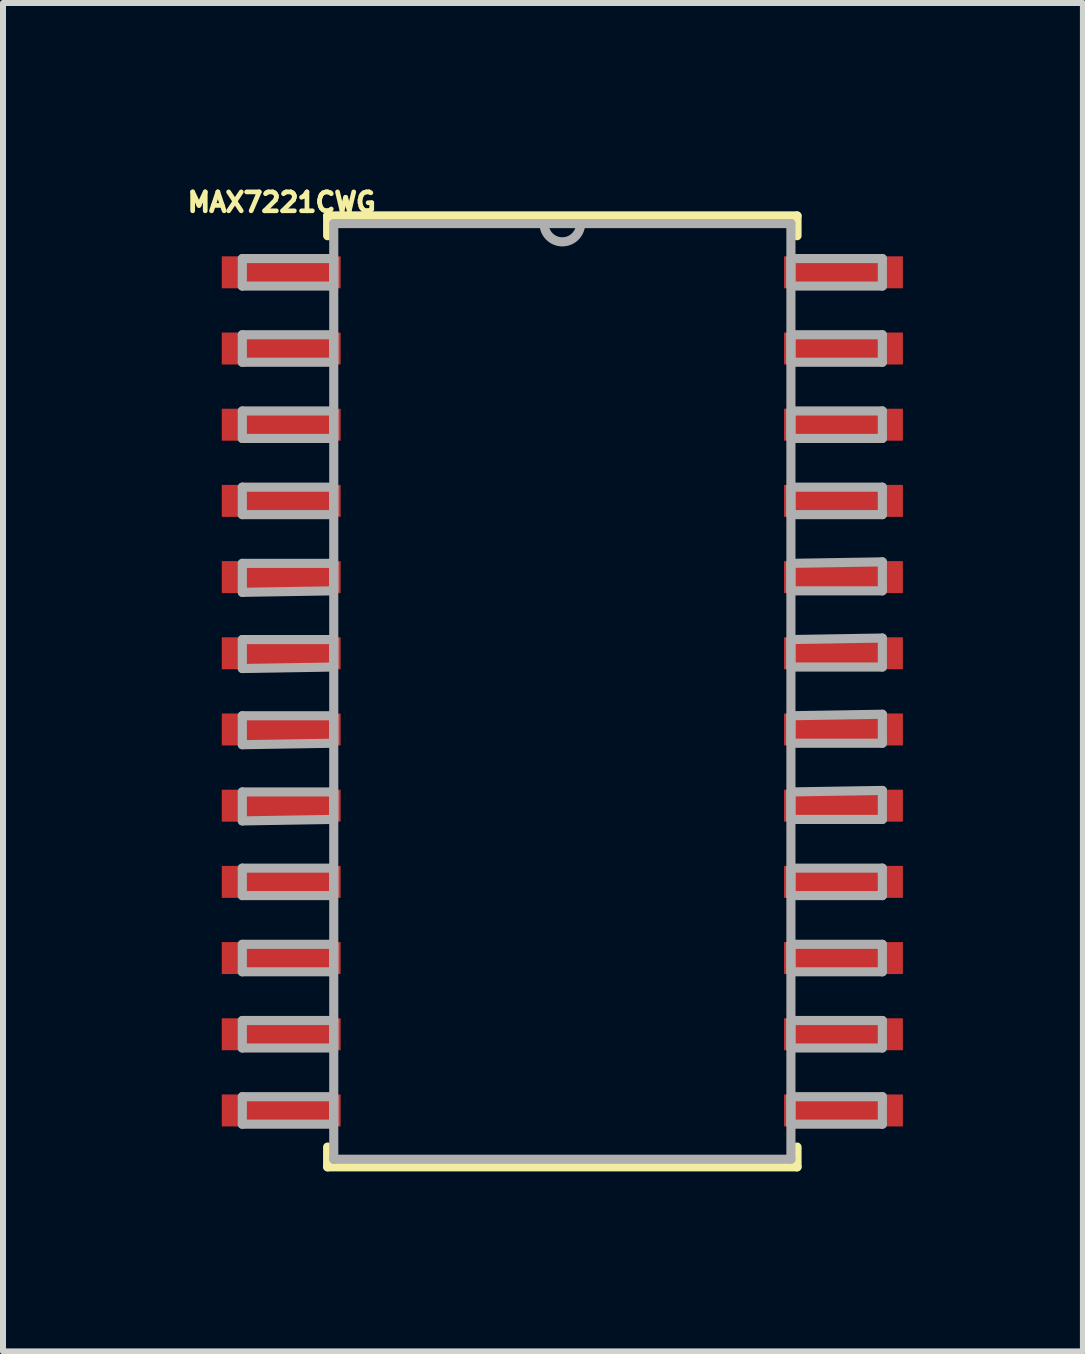
<source format=kicad_pcb>
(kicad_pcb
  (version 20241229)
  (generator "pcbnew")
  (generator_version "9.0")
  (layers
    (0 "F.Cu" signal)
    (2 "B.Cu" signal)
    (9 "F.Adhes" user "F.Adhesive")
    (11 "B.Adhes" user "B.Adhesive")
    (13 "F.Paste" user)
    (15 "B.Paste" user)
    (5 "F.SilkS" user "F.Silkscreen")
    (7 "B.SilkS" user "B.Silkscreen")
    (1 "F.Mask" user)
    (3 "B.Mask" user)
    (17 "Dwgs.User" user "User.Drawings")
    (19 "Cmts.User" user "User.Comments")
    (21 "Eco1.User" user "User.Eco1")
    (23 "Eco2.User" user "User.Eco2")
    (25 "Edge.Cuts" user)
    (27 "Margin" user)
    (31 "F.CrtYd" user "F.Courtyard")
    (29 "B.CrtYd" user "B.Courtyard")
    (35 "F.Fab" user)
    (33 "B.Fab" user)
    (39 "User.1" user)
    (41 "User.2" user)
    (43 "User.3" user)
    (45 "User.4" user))
  (footprint "MAX7221CWG"
    (layer "F.Cu")
    (at 6.323 8.474)
    (property "Reference" "MAX7221CWG" (at -4.677 -8.152 0) (layer "F.SilkS") (effects (font (size 0.315 0.315) (thickness 0.15))))
    (attr smd)
    (fp_line (start -3.912 -7.925) (end -3.912 -7.595) (stroke (width 0.152) (type solid)) (layer "F.SilkS"))
    (fp_line (start -3.912 7.595) (end -3.912 7.925) (stroke (width 0.152) (type solid)) (layer "F.SilkS"))
    (fp_line (start -3.912 7.925) (end 3.912 7.925) (stroke (width 0.152) (type solid)) (layer "F.SilkS"))
    (fp_line (start 3.912 -7.925) (end -3.912 -7.925) (stroke (width 0.152) (type solid)) (layer "F.SilkS"))
    (fp_line (start 3.912 -7.595) (end 3.912 -7.925) (stroke (width 0.152) (type solid)) (layer "F.SilkS"))
    (fp_line (start 3.912 7.925) (end 3.912 7.595) (stroke (width 0.152) (type solid)) (layer "F.SilkS"))
    (fp_line (start -5.334 -7.214) (end -5.334 -6.756) (stroke (width 0.152) (type solid)) (layer "F.Fab"))
    (fp_line (start -5.334 -6.756) (end -3.81 -6.756) (stroke (width 0.152) (type solid)) (layer "F.Fab"))
    (fp_line (start -5.334 -5.944) (end -5.334 -5.486) (stroke (width 0.152) (type solid)) (layer "F.Fab"))
    (fp_line (start -5.334 -5.486) (end -3.81 -5.486) (stroke (width 0.152) (type solid)) (layer "F.Fab"))
    (fp_line (start -5.334 -4.674) (end -5.334 -4.216) (stroke (width 0.152) (type solid)) (layer "F.Fab"))
    (fp_line (start -5.334 -4.216) (end -3.81 -4.216) (stroke (width 0.152) (type solid)) (layer "F.Fab"))
    (fp_line (start -5.334 -3.404) (end -5.334 -2.946) (stroke (width 0.152) (type solid)) (layer "F.Fab"))
    (fp_line (start -5.334 -2.946) (end -3.81 -2.946) (stroke (width 0.152) (type solid)) (layer "F.Fab"))
    (fp_line (start -5.334 -2.134) (end -5.334 -1.651) (stroke (width 0.152) (type solid)) (layer "F.Fab"))
    (fp_line (start -5.334 -1.651) (end -3.81 -1.676) (stroke (width 0.152) (type solid)) (layer "F.Fab"))
    (fp_line (start -5.334 -0.864) (end -5.334 -0.381) (stroke (width 0.152) (type solid)) (layer "F.Fab"))
    (fp_line (start -5.334 -0.381) (end -3.81 -0.406) (stroke (width 0.152) (type solid)) (layer "F.Fab"))
    (fp_line (start -5.334 0.406) (end -5.334 0.889) (stroke (width 0.152) (type solid)) (layer "F.Fab"))
    (fp_line (start -5.334 0.889) (end -3.81 0.864) (stroke (width 0.152) (type solid)) (layer "F.Fab"))
    (fp_line (start -5.334 1.676) (end -5.334 2.159) (stroke (width 0.152) (type solid)) (layer "F.Fab"))
    (fp_line (start -5.334 2.159) (end -3.81 2.134) (stroke (width 0.152) (type solid)) (layer "F.Fab"))
    (fp_line (start -5.334 2.946) (end -5.334 3.404) (stroke (width 0.152) (type solid)) (layer "F.Fab"))
    (fp_line (start -5.334 3.404) (end -3.81 3.404) (stroke (width 0.152) (type solid)) (layer "F.Fab"))
    (fp_line (start -5.334 4.216) (end -5.334 4.674) (stroke (width 0.152) (type solid)) (layer "F.Fab"))
    (fp_line (start -5.334 4.674) (end -3.81 4.674) (stroke (width 0.152) (type solid)) (layer "F.Fab"))
    (fp_line (start -5.334 5.486) (end -5.334 5.944) (stroke (width 0.152) (type solid)) (layer "F.Fab"))
    (fp_line (start -5.334 5.944) (end -3.81 5.944) (stroke (width 0.152) (type solid)) (layer "F.Fab"))
    (fp_line (start -5.334 6.756) (end -5.334 7.214) (stroke (width 0.152) (type solid)) (layer "F.Fab"))
    (fp_line (start -5.334 7.214) (end -3.81 7.214) (stroke (width 0.152) (type solid)) (layer "F.Fab"))
    (fp_line (start -3.81 -7.798) (end -3.81 7.798) (stroke (width 0.152) (type solid)) (layer "F.Fab"))
    (fp_line (start -3.81 -7.214) (end -5.334 -7.214) (stroke (width 0.152) (type solid)) (layer "F.Fab"))
    (fp_line (start -3.81 -6.756) (end -3.81 -7.214) (stroke (width 0.152) (type solid)) (layer "F.Fab"))
    (fp_line (start -3.81 -5.944) (end -5.334 -5.944) (stroke (width 0.152) (type solid)) (layer "F.Fab"))
    (fp_line (start -3.81 -5.486) (end -3.81 -5.944) (stroke (width 0.152) (type solid)) (layer "F.Fab"))
    (fp_line (start -3.81 -4.674) (end -5.334 -4.674) (stroke (width 0.152) (type solid)) (layer "F.Fab"))
    (fp_line (start -3.81 -4.216) (end -3.81 -4.674) (stroke (width 0.152) (type solid)) (layer "F.Fab"))
    (fp_line (start -3.81 -3.404) (end -5.334 -3.404) (stroke (width 0.152) (type solid)) (layer "F.Fab"))
    (fp_line (start -3.81 -2.946) (end -3.81 -3.404) (stroke (width 0.152) (type solid)) (layer "F.Fab"))
    (fp_line (start -3.81 -2.134) (end -5.334 -2.134) (stroke (width 0.152) (type solid)) (layer "F.Fab"))
    (fp_line (start -3.81 -1.676) (end -3.81 -2.134) (stroke (width 0.152) (type solid)) (layer "F.Fab"))
    (fp_line (start -3.81 -0.864) (end -5.334 -0.864) (stroke (width 0.152) (type solid)) (layer "F.Fab"))
    (fp_line (start -3.81 -0.406) (end -3.81 -0.864) (stroke (width 0.152) (type solid)) (layer "F.Fab"))
    (fp_line (start -3.81 0.406) (end -5.334 0.406) (stroke (width 0.152) (type solid)) (layer "F.Fab"))
    (fp_line (start -3.81 0.864) (end -3.81 0.406) (stroke (width 0.152) (type solid)) (layer "F.Fab"))
    (fp_line (start -3.81 1.676) (end -5.334 1.676) (stroke (width 0.152) (type solid)) (layer "F.Fab"))
    (fp_line (start -3.81 2.134) (end -3.81 1.676) (stroke (width 0.152) (type solid)) (layer "F.Fab"))
    (fp_line (start -3.81 2.946) (end -5.334 2.946) (stroke (width 0.152) (type solid)) (layer "F.Fab"))
    (fp_line (start -3.81 3.404) (end -3.81 2.946) (stroke (width 0.152) (type solid)) (layer "F.Fab"))
    (fp_line (start -3.81 4.216) (end -5.334 4.216) (stroke (width 0.152) (type solid)) (layer "F.Fab"))
    (fp_line (start -3.81 4.674) (end -3.81 4.216) (stroke (width 0.152) (type solid)) (layer "F.Fab"))
    (fp_line (start -3.81 5.486) (end -5.334 5.486) (stroke (width 0.152) (type solid)) (layer "F.Fab"))
    (fp_line (start -3.81 5.944) (end -3.81 5.486) (stroke (width 0.152) (type solid)) (layer "F.Fab"))
    (fp_line (start -3.81 6.756) (end -5.334 6.756) (stroke (width 0.152) (type solid)) (layer "F.Fab"))
    (fp_line (start -3.81 7.214) (end -3.81 6.756) (stroke (width 0.152) (type solid)) (layer "F.Fab"))
    (fp_line (start -3.81 7.798) (end 3.81 7.798) (stroke (width 0.152) (type solid)) (layer "F.Fab"))
    (fp_line (start -0.305 -7.798) (end -3.81 -7.798) (stroke (width 0.152) (type solid)) (layer "F.Fab"))
    (fp_line (start 0.305 -7.798) (end -0.305 -7.798) (stroke (width 0.152) (type solid)) (layer "F.Fab"))
    (fp_line (start 3.81 -7.798) (end 0.305 -7.798) (stroke (width 0.152) (type solid)) (layer "F.Fab"))
    (fp_line (start 3.81 -7.214) (end 3.81 -6.756) (stroke (width 0.152) (type solid)) (layer "F.Fab"))
    (fp_line (start 3.81 -6.756) (end 5.334 -6.756) (stroke (width 0.152) (type solid)) (layer "F.Fab"))
    (fp_line (start 3.81 -5.944) (end 3.81 -5.486) (stroke (width 0.152) (type solid)) (layer "F.Fab"))
    (fp_line (start 3.81 -5.486) (end 5.334 -5.486) (stroke (width 0.152) (type solid)) (layer "F.Fab"))
    (fp_line (start 3.81 -4.674) (end 3.81 -4.216) (stroke (width 0.152) (type solid)) (layer "F.Fab"))
    (fp_line (start 3.81 -4.216) (end 5.334 -4.216) (stroke (width 0.152) (type solid)) (layer "F.Fab"))
    (fp_line (start 3.81 -3.404) (end 3.81 -2.946) (stroke (width 0.152) (type solid)) (layer "F.Fab"))
    (fp_line (start 3.81 -2.946) (end 5.334 -2.946) (stroke (width 0.152) (type solid)) (layer "F.Fab"))
    (fp_line (start 3.81 -2.134) (end 3.81 -1.676) (stroke (width 0.152) (type solid)) (layer "F.Fab"))
    (fp_line (start 3.81 -1.676) (end 5.334 -1.676) (stroke (width 0.152) (type solid)) (layer "F.Fab"))
    (fp_line (start 3.81 -0.864) (end 3.81 -0.406) (stroke (width 0.152) (type solid)) (layer "F.Fab"))
    (fp_line (start 3.81 -0.406) (end 5.334 -0.406) (stroke (width 0.152) (type solid)) (layer "F.Fab"))
    (fp_line (start 3.81 0.406) (end 3.81 0.864) (stroke (width 0.152) (type solid)) (layer "F.Fab"))
    (fp_line (start 3.81 0.864) (end 5.334 0.864) (stroke (width 0.152) (type solid)) (layer "F.Fab"))
    (fp_line (start 3.81 1.676) (end 3.81 2.134) (stroke (width 0.152) (type solid)) (layer "F.Fab"))
    (fp_line (start 3.81 2.134) (end 5.334 2.134) (stroke (width 0.152) (type solid)) (layer "F.Fab"))
    (fp_line (start 3.81 2.946) (end 3.81 3.404) (stroke (width 0.152) (type solid)) (layer "F.Fab"))
    (fp_line (start 3.81 3.404) (end 5.334 3.404) (stroke (width 0.152) (type solid)) (layer "F.Fab"))
    (fp_line (start 3.81 4.216) (end 3.81 4.674) (stroke (width 0.152) (type solid)) (layer "F.Fab"))
    (fp_line (start 3.81 4.674) (end 5.334 4.674) (stroke (width 0.152) (type solid)) (layer "F.Fab"))
    (fp_line (start 3.81 5.486) (end 3.81 5.944) (stroke (width 0.152) (type solid)) (layer "F.Fab"))
    (fp_line (start 3.81 5.944) (end 5.334 5.944) (stroke (width 0.152) (type solid)) (layer "F.Fab"))
    (fp_line (start 3.81 6.756) (end 3.81 7.214) (stroke (width 0.152) (type solid)) (layer "F.Fab"))
    (fp_line (start 3.81 7.214) (end 5.334 7.214) (stroke (width 0.152) (type solid)) (layer "F.Fab"))
    (fp_line (start 3.81 7.798) (end 3.81 -7.798) (stroke (width 0.152) (type solid)) (layer "F.Fab"))
    (fp_line (start 5.334 -7.214) (end 3.81 -7.214) (stroke (width 0.152) (type solid)) (layer "F.Fab"))
    (fp_line (start 5.334 -6.756) (end 5.334 -7.214) (stroke (width 0.152) (type solid)) (layer "F.Fab"))
    (fp_line (start 5.334 -5.944) (end 3.81 -5.944) (stroke (width 0.152) (type solid)) (layer "F.Fab"))
    (fp_line (start 5.334 -5.486) (end 5.334 -5.944) (stroke (width 0.152) (type solid)) (layer "F.Fab"))
    (fp_line (start 5.334 -4.674) (end 3.81 -4.674) (stroke (width 0.152) (type solid)) (layer "F.Fab"))
    (fp_line (start 5.334 -4.216) (end 5.334 -4.674) (stroke (width 0.152) (type solid)) (layer "F.Fab"))
    (fp_line (start 5.334 -3.404) (end 3.81 -3.404) (stroke (width 0.152) (type solid)) (layer "F.Fab"))
    (fp_line (start 5.334 -2.946) (end 5.334 -3.404) (stroke (width 0.152) (type solid)) (layer "F.Fab"))
    (fp_line (start 5.334 -2.159) (end 3.81 -2.134) (stroke (width 0.152) (type solid)) (layer "F.Fab"))
    (fp_line (start 5.334 -1.676) (end 5.334 -2.159) (stroke (width 0.152) (type solid)) (layer "F.Fab"))
    (fp_line (start 5.334 -0.889) (end 3.81 -0.864) (stroke (width 0.152) (type solid)) (layer "F.Fab"))
    (fp_line (start 5.334 -0.406) (end 5.334 -0.889) (stroke (width 0.152) (type solid)) (layer "F.Fab"))
    (fp_line (start 5.334 0.381) (end 3.81 0.406) (stroke (width 0.152) (type solid)) (layer "F.Fab"))
    (fp_line (start 5.334 0.864) (end 5.334 0.381) (stroke (width 0.152) (type solid)) (layer "F.Fab"))
    (fp_line (start 5.334 1.651) (end 3.81 1.676) (stroke (width 0.152) (type solid)) (layer "F.Fab"))
    (fp_line (start 5.334 2.134) (end 5.334 1.651) (stroke (width 0.152) (type solid)) (layer "F.Fab"))
    (fp_line (start 5.334 2.946) (end 3.81 2.946) (stroke (width 0.152) (type solid)) (layer "F.Fab"))
    (fp_line (start 5.334 3.404) (end 5.334 2.946) (stroke (width 0.152) (type solid)) (layer "F.Fab"))
    (fp_line (start 5.334 4.216) (end 3.81 4.216) (stroke (width 0.152) (type solid)) (layer "F.Fab"))
    (fp_line (start 5.334 4.674) (end 5.334 4.216) (stroke (width 0.152) (type solid)) (layer "F.Fab"))
    (fp_line (start 5.334 5.486) (end 3.81 5.486) (stroke (width 0.152) (type solid)) (layer "F.Fab"))
    (fp_line (start 5.334 5.944) (end 5.334 5.486) (stroke (width 0.152) (type solid)) (layer "F.Fab"))
    (fp_line (start 5.334 6.756) (end 3.81 6.756) (stroke (width 0.152) (type solid)) (layer "F.Fab"))
    (fp_line (start 5.334 7.214) (end 5.334 6.756) (stroke (width 0.152) (type solid)) (layer "F.Fab"))
    (fp_arc (start 0.3048 -7.7978) (mid 0 -7.493) (end -0.3048 -7.7978) (stroke (width 0.1524) (type solid)) (layer "F.Fab"))
    (pad "1" smd rect (at -4.686 -6.985) (size 1.981 0.533) (layers "F.Cu" "F.Mask" "F.Paste"))
    (pad "2" smd rect (at -4.686 -5.715) (size 1.981 0.533) (layers "F.Cu" "F.Mask" "F.Paste"))
    (pad "3" smd rect (at -4.686 -4.445) (size 1.981 0.533) (layers "F.Cu" "F.Mask" "F.Paste"))
    (pad "4" smd rect (at -4.686 -3.175) (size 1.981 0.533) (layers "F.Cu" "F.Mask" "F.Paste"))
    (pad "5" smd rect (at -4.686 -1.905) (size 1.981 0.533) (layers "F.Cu" "F.Mask" "F.Paste"))
    (pad "6" smd rect (at -4.686 -0.635) (size 1.981 0.533) (layers "F.Cu" "F.Mask" "F.Paste"))
    (pad "7" smd rect (at -4.686 0.635) (size 1.981 0.533) (layers "F.Cu" "F.Mask" "F.Paste"))
    (pad "8" smd rect (at -4.686 1.905) (size 1.981 0.533) (layers "F.Cu" "F.Mask" "F.Paste"))
    (pad "9" smd rect (at -4.686 3.175) (size 1.981 0.533) (layers "F.Cu" "F.Mask" "F.Paste"))
    (pad "10" smd rect (at -4.686 4.445) (size 1.981 0.533) (layers "F.Cu" "F.Mask" "F.Paste"))
    (pad "11" smd rect (at -4.686 5.715) (size 1.981 0.533) (layers "F.Cu" "F.Mask" "F.Paste"))
    (pad "12" smd rect (at -4.686 6.985) (size 1.981 0.533) (layers "F.Cu" "F.Mask" "F.Paste"))
    (pad "13" smd rect (at 4.686 6.985) (size 1.981 0.533) (layers "F.Cu" "F.Mask" "F.Paste"))
    (pad "14" smd rect (at 4.686 5.715) (size 1.981 0.533) (layers "F.Cu" "F.Mask" "F.Paste"))
    (pad "15" smd rect (at 4.686 4.445) (size 1.981 0.533) (layers "F.Cu" "F.Mask" "F.Paste"))
    (pad "16" smd rect (at 4.686 3.175) (size 1.981 0.533) (layers "F.Cu" "F.Mask" "F.Paste"))
    (pad "17" smd rect (at 4.686 1.905) (size 1.981 0.533) (layers "F.Cu" "F.Mask" "F.Paste"))
    (pad "18" smd rect (at 4.686 0.635) (size 1.981 0.533) (layers "F.Cu" "F.Mask" "F.Paste"))
    (pad "19" smd rect (at 4.686 -0.635) (size 1.981 0.533) (layers "F.Cu" "F.Mask" "F.Paste"))
    (pad "20" smd rect (at 4.686 -1.905) (size 1.981 0.533) (layers "F.Cu" "F.Mask" "F.Paste"))
    (pad "21" smd rect (at 4.686 -3.175) (size 1.981 0.533) (layers "F.Cu" "F.Mask" "F.Paste"))
    (pad "22" smd rect (at 4.686 -4.445) (size 1.981 0.533) (layers "F.Cu" "F.Mask" "F.Paste"))
    (pad "23" smd rect (at 4.686 -5.715) (size 1.981 0.533) (layers "F.Cu" "F.Mask" "F.Paste"))
    (pad "24" smd rect (at 4.686 -6.985) (size 1.981 0.533) (layers "F.Cu" "F.Mask" "F.Paste")))
  (gr_rect
    (start -3 -3)
    (end 15 19.475)
    (stroke (width 0.1) (type default))
    (fill no)
    (layer "Edge.Cuts")))
</source>
